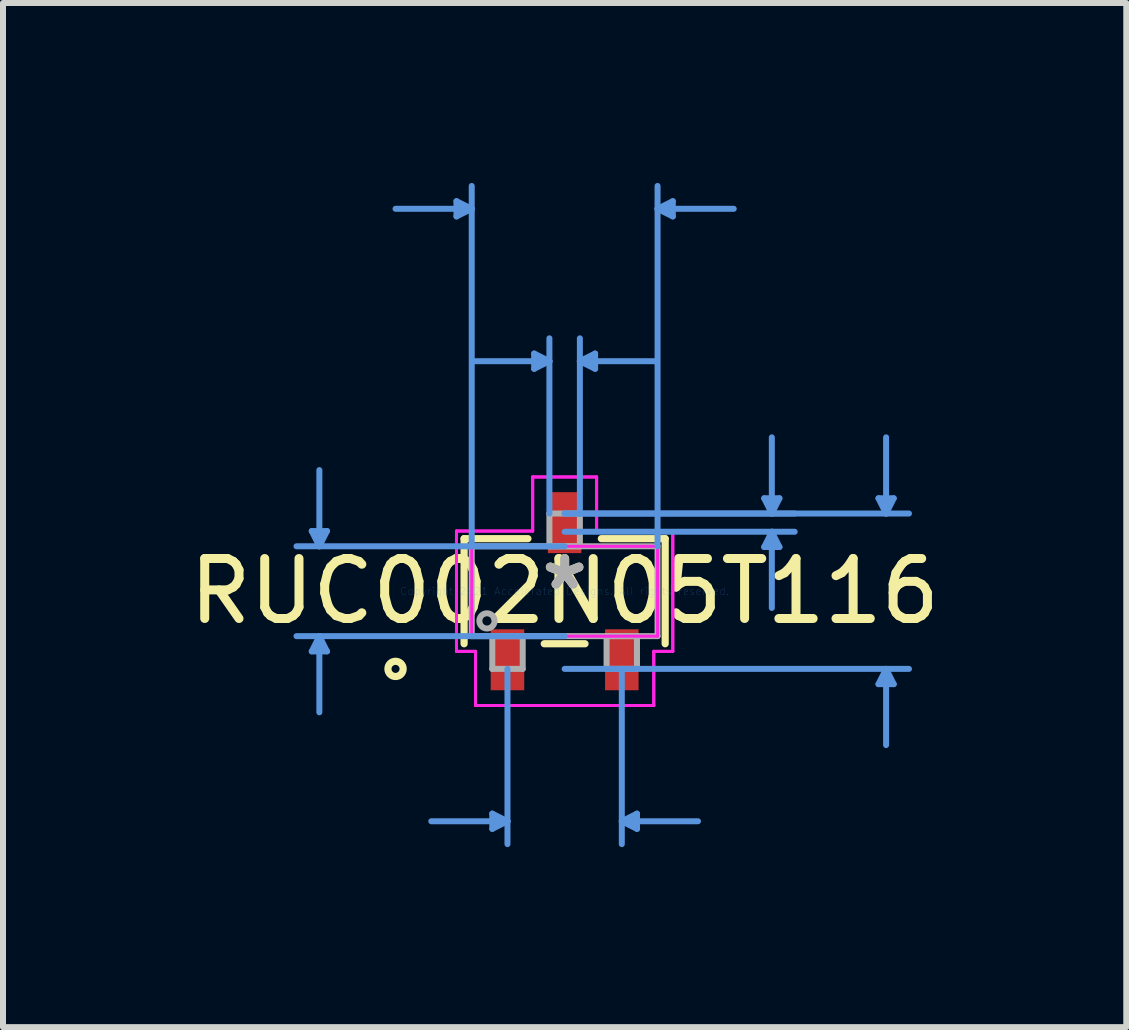
<source format=kicad_pcb>
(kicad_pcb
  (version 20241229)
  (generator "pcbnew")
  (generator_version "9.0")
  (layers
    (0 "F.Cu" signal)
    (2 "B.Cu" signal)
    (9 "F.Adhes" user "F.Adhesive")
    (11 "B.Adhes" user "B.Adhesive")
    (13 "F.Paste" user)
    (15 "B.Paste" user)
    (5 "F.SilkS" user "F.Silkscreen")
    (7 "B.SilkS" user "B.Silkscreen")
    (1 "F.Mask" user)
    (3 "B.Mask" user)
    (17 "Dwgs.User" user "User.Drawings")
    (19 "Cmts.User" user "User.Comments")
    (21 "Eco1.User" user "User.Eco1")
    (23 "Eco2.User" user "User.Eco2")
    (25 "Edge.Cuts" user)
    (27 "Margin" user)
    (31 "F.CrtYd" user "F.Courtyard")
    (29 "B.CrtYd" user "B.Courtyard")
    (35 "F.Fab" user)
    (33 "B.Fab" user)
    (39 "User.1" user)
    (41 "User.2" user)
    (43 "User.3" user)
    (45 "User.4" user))
  (footprint "RUC002N05T116"
    (layer "F.Cu")
    (at 6.363 6.806)
    (property "Reference" "RUC002N05T116" (at 0 0 0) (layer "F.SilkS") (effects (font (size 1 1) (thickness 0.15))))
    (attr through_hole)
    (fp_line (start -1.676 -0.876) (end -1.676 0.876) (stroke (width 0.12) (type solid)) (layer "F.SilkS"))
    (fp_line (start -0.612 -0.876) (end -1.676 -0.876) (stroke (width 0.12) (type solid)) (layer "F.SilkS"))
    (fp_line (start -0.34 0.876) (end 0.34 0.876) (stroke (width 0.12) (type solid)) (layer "F.SilkS"))
    (fp_line (start 1.676 -0.876) (end 0.612 -0.876) (stroke (width 0.12) (type solid)) (layer "F.SilkS"))
    (fp_line (start 1.676 0.876) (end 1.676 -0.876) (stroke (width 0.12) (type solid)) (layer "F.SilkS"))
    (fp_circle (center -2.819 1.295) (end -2.692 1.295) (stroke (width 0.12) (type solid)) (fill no) (layer "F.SilkS"))
    (fp_line (start -4.216 -1.003) (end -3.962 -1.003) (stroke (width 0.1) (type solid)) (layer "Cmts.User"))
    (fp_line (start -4.216 1.003) (end -3.962 1.003) (stroke (width 0.1) (type solid)) (layer "Cmts.User"))
    (fp_line (start -4.089 -0.749) (end -4.216 -1.003) (stroke (width 0.1) (type solid)) (layer "Cmts.User"))
    (fp_line (start -4.089 -0.749) (end -4.089 -2.019) (stroke (width 0.1) (type solid)) (layer "Cmts.User"))
    (fp_line (start -4.089 -0.749) (end -3.962 -1.003) (stroke (width 0.1) (type solid)) (layer "Cmts.User"))
    (fp_line (start -4.089 0.749) (end -4.216 1.003) (stroke (width 0.1) (type solid)) (layer "Cmts.User"))
    (fp_line (start -4.089 0.749) (end -4.089 2.019) (stroke (width 0.1) (type solid)) (layer "Cmts.User"))
    (fp_line (start -4.089 0.749) (end -3.962 1.003) (stroke (width 0.1) (type solid)) (layer "Cmts.User"))
    (fp_line (start -1.803 -6.502) (end -1.803 -6.248) (stroke (width 0.1) (type solid)) (layer "Cmts.User"))
    (fp_line (start -1.549 -6.375) (end -2.819 -6.375) (stroke (width 0.1) (type solid)) (layer "Cmts.User"))
    (fp_line (start -1.549 -6.375) (end -1.803 -6.502) (stroke (width 0.1) (type solid)) (layer "Cmts.User"))
    (fp_line (start -1.549 -6.375) (end -1.803 -6.248) (stroke (width 0.1) (type solid)) (layer "Cmts.User"))
    (fp_line (start -1.549 -0.749) (end -1.549 -6.756) (stroke (width 0.1) (type solid)) (layer "Cmts.User"))
    (fp_line (start -1.206 3.708) (end -1.206 3.962) (stroke (width 0.1) (type solid)) (layer "Cmts.User"))
    (fp_line (start -0.953 1.295) (end -0.953 4.216) (stroke (width 0.1) (type solid)) (layer "Cmts.User"))
    (fp_line (start -0.953 3.835) (end -2.223 3.835) (stroke (width 0.1) (type solid)) (layer "Cmts.User"))
    (fp_line (start -0.953 3.835) (end -1.206 3.708) (stroke (width 0.1) (type solid)) (layer "Cmts.User"))
    (fp_line (start -0.953 3.835) (end -1.206 3.962) (stroke (width 0.1) (type solid)) (layer "Cmts.User"))
    (fp_line (start -0.508 -3.962) (end -0.508 -3.708) (stroke (width 0.1) (type solid)) (layer "Cmts.User"))
    (fp_line (start -0.254 -3.835) (end -1.524 -3.835) (stroke (width 0.1) (type solid)) (layer "Cmts.User"))
    (fp_line (start -0.254 -3.835) (end -0.508 -3.962) (stroke (width 0.1) (type solid)) (layer "Cmts.User"))
    (fp_line (start -0.254 -3.835) (end -0.508 -3.708) (stroke (width 0.1) (type solid)) (layer "Cmts.User"))
    (fp_line (start -0.254 -1.295) (end -0.254 -4.216) (stroke (width 0.1) (type solid)) (layer "Cmts.User"))
    (fp_line (start 0 -1.295) (end 3.835 -1.295) (stroke (width 0.1) (type solid)) (layer "Cmts.User"))
    (fp_line (start 0 -1.295) (end 5.74 -1.295) (stroke (width 0.1) (type solid)) (layer "Cmts.User"))
    (fp_line (start 0 -0.991) (end 3.835 -0.991) (stroke (width 0.1) (type solid)) (layer "Cmts.User"))
    (fp_line (start 0 -0.749) (end -4.47 -0.749) (stroke (width 0.1) (type solid)) (layer "Cmts.User"))
    (fp_line (start 0 0.749) (end -4.47 0.749) (stroke (width 0.1) (type solid)) (layer "Cmts.User"))
    (fp_line (start 0 1.295) (end 5.74 1.295) (stroke (width 0.1) (type solid)) (layer "Cmts.User"))
    (fp_line (start 0.254 -3.835) (end 0.508 -3.962) (stroke (width 0.1) (type solid)) (layer "Cmts.User"))
    (fp_line (start 0.254 -3.835) (end 0.508 -3.708) (stroke (width 0.1) (type solid)) (layer "Cmts.User"))
    (fp_line (start 0.254 -3.835) (end 1.524 -3.835) (stroke (width 0.1) (type solid)) (layer "Cmts.User"))
    (fp_line (start 0.254 -1.295) (end 0.254 -4.216) (stroke (width 0.1) (type solid)) (layer "Cmts.User"))
    (fp_line (start 0.508 -3.962) (end 0.508 -3.708) (stroke (width 0.1) (type solid)) (layer "Cmts.User"))
    (fp_line (start 0.953 1.295) (end 0.953 4.216) (stroke (width 0.1) (type solid)) (layer "Cmts.User"))
    (fp_line (start 0.953 3.835) (end 1.206 3.708) (stroke (width 0.1) (type solid)) (layer "Cmts.User"))
    (fp_line (start 0.953 3.835) (end 1.206 3.962) (stroke (width 0.1) (type solid)) (layer "Cmts.User"))
    (fp_line (start 0.953 3.835) (end 2.223 3.835) (stroke (width 0.1) (type solid)) (layer "Cmts.User"))
    (fp_line (start 1.206 3.708) (end 1.206 3.962) (stroke (width 0.1) (type solid)) (layer "Cmts.User"))
    (fp_line (start 1.549 -6.375) (end 1.803 -6.502) (stroke (width 0.1) (type solid)) (layer "Cmts.User"))
    (fp_line (start 1.549 -6.375) (end 1.803 -6.248) (stroke (width 0.1) (type solid)) (layer "Cmts.User"))
    (fp_line (start 1.549 -6.375) (end 2.819 -6.375) (stroke (width 0.1) (type solid)) (layer "Cmts.User"))
    (fp_line (start 1.549 -0.749) (end 1.549 -6.756) (stroke (width 0.1) (type solid)) (layer "Cmts.User"))
    (fp_line (start 1.803 -6.502) (end 1.803 -6.248) (stroke (width 0.1) (type solid)) (layer "Cmts.User"))
    (fp_line (start 3.327 -1.549) (end 3.581 -1.549) (stroke (width 0.1) (type solid)) (layer "Cmts.User"))
    (fp_line (start 3.327 -0.737) (end 3.581 -0.737) (stroke (width 0.1) (type solid)) (layer "Cmts.User"))
    (fp_line (start 3.454 -1.295) (end 3.327 -1.549) (stroke (width 0.1) (type solid)) (layer "Cmts.User"))
    (fp_line (start 3.454 -1.295) (end 3.454 -2.565) (stroke (width 0.1) (type solid)) (layer "Cmts.User"))
    (fp_line (start 3.454 -1.295) (end 3.581 -1.549) (stroke (width 0.1) (type solid)) (layer "Cmts.User"))
    (fp_line (start 3.454 -0.991) (end 3.327 -0.737) (stroke (width 0.1) (type solid)) (layer "Cmts.User"))
    (fp_line (start 3.454 -0.991) (end 3.454 0.279) (stroke (width 0.1) (type solid)) (layer "Cmts.User"))
    (fp_line (start 3.454 -0.991) (end 3.581 -0.737) (stroke (width 0.1) (type solid)) (layer "Cmts.User"))
    (fp_line (start 5.232 -1.549) (end 5.486 -1.549) (stroke (width 0.1) (type solid)) (layer "Cmts.User"))
    (fp_line (start 5.232 1.549) (end 5.486 1.549) (stroke (width 0.1) (type solid)) (layer "Cmts.User"))
    (fp_line (start 5.359 -1.295) (end 5.232 -1.549) (stroke (width 0.1) (type solid)) (layer "Cmts.User"))
    (fp_line (start 5.359 -1.295) (end 5.359 -2.565) (stroke (width 0.1) (type solid)) (layer "Cmts.User"))
    (fp_line (start 5.359 -1.295) (end 5.486 -1.549) (stroke (width 0.1) (type solid)) (layer "Cmts.User"))
    (fp_line (start 5.359 1.295) (end 5.232 1.549) (stroke (width 0.1) (type solid)) (layer "Cmts.User"))
    (fp_line (start 5.359 1.295) (end 5.359 2.565) (stroke (width 0.1) (type solid)) (layer "Cmts.User"))
    (fp_line (start 5.359 1.295) (end 5.486 1.549) (stroke (width 0.1) (type solid)) (layer "Cmts.User"))
    (fp_line (start -1.803 -1.003) (end -0.533 -1.003) (stroke (width 0.05) (type solid)) (layer "F.CrtYd"))
    (fp_line (start -1.803 -1.003) (end -0.533 -1.003) (stroke (width 0.05) (type solid)) (layer "F.CrtYd"))
    (fp_line (start -1.803 1.003) (end -1.803 -1.003) (stroke (width 0.05) (type solid)) (layer "F.CrtYd"))
    (fp_line (start -1.803 1.003) (end -1.803 -1.003) (stroke (width 0.05) (type solid)) (layer "F.CrtYd"))
    (fp_line (start -1.803 1.003) (end -1.486 1.003) (stroke (width 0.05) (type solid)) (layer "F.CrtYd"))
    (fp_line (start -1.549 -0.749) (end 1.549 -0.749) (stroke (width 0.05) (type solid)) (layer "F.CrtYd"))
    (fp_line (start -1.549 0.749) (end -1.549 -0.749) (stroke (width 0.05) (type solid)) (layer "F.CrtYd"))
    (fp_line (start -1.486 1.003) (end -1.803 1.003) (stroke (width 0.05) (type solid)) (layer "F.CrtYd"))
    (fp_line (start -1.486 1.003) (end -1.486 1.905) (stroke (width 0.05) (type solid)) (layer "F.CrtYd"))
    (fp_line (start -1.486 1.905) (end -1.486 1.003) (stroke (width 0.05) (type solid)) (layer "F.CrtYd"))
    (fp_line (start -1.486 1.905) (end 1.486 1.905) (stroke (width 0.05) (type solid)) (layer "F.CrtYd"))
    (fp_line (start -0.533 -1.905) (end 0.533 -1.905) (stroke (width 0.05) (type solid)) (layer "F.CrtYd"))
    (fp_line (start -0.533 -1.905) (end 0.533 -1.905) (stroke (width 0.05) (type solid)) (layer "F.CrtYd"))
    (fp_line (start -0.533 -1.003) (end -0.533 -1.905) (stroke (width 0.05) (type solid)) (layer "F.CrtYd"))
    (fp_line (start -0.533 -1.003) (end -0.533 -1.905) (stroke (width 0.05) (type solid)) (layer "F.CrtYd"))
    (fp_line (start 0.533 -1.905) (end 0.533 -1.003) (stroke (width 0.05) (type solid)) (layer "F.CrtYd"))
    (fp_line (start 0.533 -1.003) (end 0.533 -1.905) (stroke (width 0.05) (type solid)) (layer "F.CrtYd"))
    (fp_line (start 0.533 -1.003) (end 1.803 -1.003) (stroke (width 0.05) (type solid)) (layer "F.CrtYd"))
    (fp_line (start 1.486 1.003) (end 1.486 1.905) (stroke (width 0.05) (type solid)) (layer "F.CrtYd"))
    (fp_line (start 1.486 1.003) (end 1.486 1.905) (stroke (width 0.05) (type solid)) (layer "F.CrtYd"))
    (fp_line (start 1.486 1.905) (end -1.486 1.905) (stroke (width 0.05) (type solid)) (layer "F.CrtYd"))
    (fp_line (start 1.549 -0.749) (end 1.549 0.749) (stroke (width 0.05) (type solid)) (layer "F.CrtYd"))
    (fp_line (start 1.549 0.749) (end -1.549 0.749) (stroke (width 0.05) (type solid)) (layer "F.CrtYd"))
    (fp_line (start 1.803 -1.003) (end 0.533 -1.003) (stroke (width 0.05) (type solid)) (layer "F.CrtYd"))
    (fp_line (start 1.803 -1.003) (end 1.803 1.003) (stroke (width 0.05) (type solid)) (layer "F.CrtYd"))
    (fp_line (start 1.803 -1.003) (end 1.803 1.003) (stroke (width 0.05) (type solid)) (layer "F.CrtYd"))
    (fp_line (start 1.803 1.003) (end 1.486 1.003) (stroke (width 0.05) (type solid)) (layer "F.CrtYd"))
    (fp_line (start 1.803 1.003) (end 1.486 1.003) (stroke (width 0.05) (type solid)) (layer "F.CrtYd"))
    (fp_line (start -1.549 -0.749) (end -1.549 0.749) (stroke (width 0.1) (type solid)) (layer "F.Fab"))
    (fp_line (start -1.549 0.749) (end 1.549 0.749) (stroke (width 0.1) (type solid)) (layer "F.Fab"))
    (fp_line (start -1.206 0.749) (end -1.206 1.295) (stroke (width 0.1) (type solid)) (layer "F.Fab"))
    (fp_line (start -1.206 1.295) (end -0.699 1.295) (stroke (width 0.1) (type solid)) (layer "F.Fab"))
    (fp_line (start -0.699 0.749) (end -1.206 0.749) (stroke (width 0.1) (type solid)) (layer "F.Fab"))
    (fp_line (start -0.699 1.295) (end -0.699 0.749) (stroke (width 0.1) (type solid)) (layer "F.Fab"))
    (fp_line (start -0.254 -1.295) (end -0.254 -0.749) (stroke (width 0.1) (type solid)) (layer "F.Fab"))
    (fp_line (start -0.254 -0.749) (end 0.254 -0.749) (stroke (width 0.1) (type solid)) (layer "F.Fab"))
    (fp_line (start 0.254 -1.295) (end -0.254 -1.295) (stroke (width 0.1) (type solid)) (layer "F.Fab"))
    (fp_line (start 0.254 -0.749) (end 0.254 -1.295) (stroke (width 0.1) (type solid)) (layer "F.Fab"))
    (fp_line (start 0.699 0.749) (end 0.699 1.295) (stroke (width 0.1) (type solid)) (layer "F.Fab"))
    (fp_line (start 0.699 1.295) (end 1.206 1.295) (stroke (width 0.1) (type solid)) (layer "F.Fab"))
    (fp_line (start 1.206 0.749) (end 0.699 0.749) (stroke (width 0.1) (type solid)) (layer "F.Fab"))
    (fp_line (start 1.206 1.295) (end 1.206 0.749) (stroke (width 0.1) (type solid)) (layer "F.Fab"))
    (fp_line (start 1.549 -0.749) (end -1.549 -0.749) (stroke (width 0.1) (type solid)) (layer "F.Fab"))
    (fp_line (start 1.549 0.749) (end 1.549 -0.749) (stroke (width 0.1) (type solid)) (layer "F.Fab"))
    (fp_circle (center -1.295 0.495) (end -1.168 0.495) (stroke (width 0.1) (type solid)) (fill no) (layer "F.Fab"))
    (fp_text user "*" (at 0 0 0) (layer "F.SilkS") (effects (font (size 1 1) (thickness 0.15))))
    (fp_text user "Copyright 2021 Accelerated Designs. All rights reserved." (at 0 0 0) (layer "Cmts.User") (effects (font (size 0.127 0.127) (thickness 0.002))))
    (fp_text user "*" (at 0 0 0) (layer "F.Fab") (effects (font (size 1 1) (thickness 0.15))))
    (pad "1" smd rect (at -0.953 1.143) (size 0.559 1.016) (layers "F.Cu" "F.Mask" "F.Paste"))
    (pad "2" smd rect (at 0.953 1.143) (size 0.559 1.016) (layers "F.Cu" "F.Mask" "F.Paste"))
    (pad "3" smd rect (at 0 -1.143) (size 0.559 1.016) (layers "F.Cu" "F.Mask" "F.Paste")))
  (gr_rect
    (start -3 -3)
    (end 15.726 14.073)
    (stroke (width 0.1) (type default))
    (fill no)
    (layer "Edge.Cuts")))
</source>
